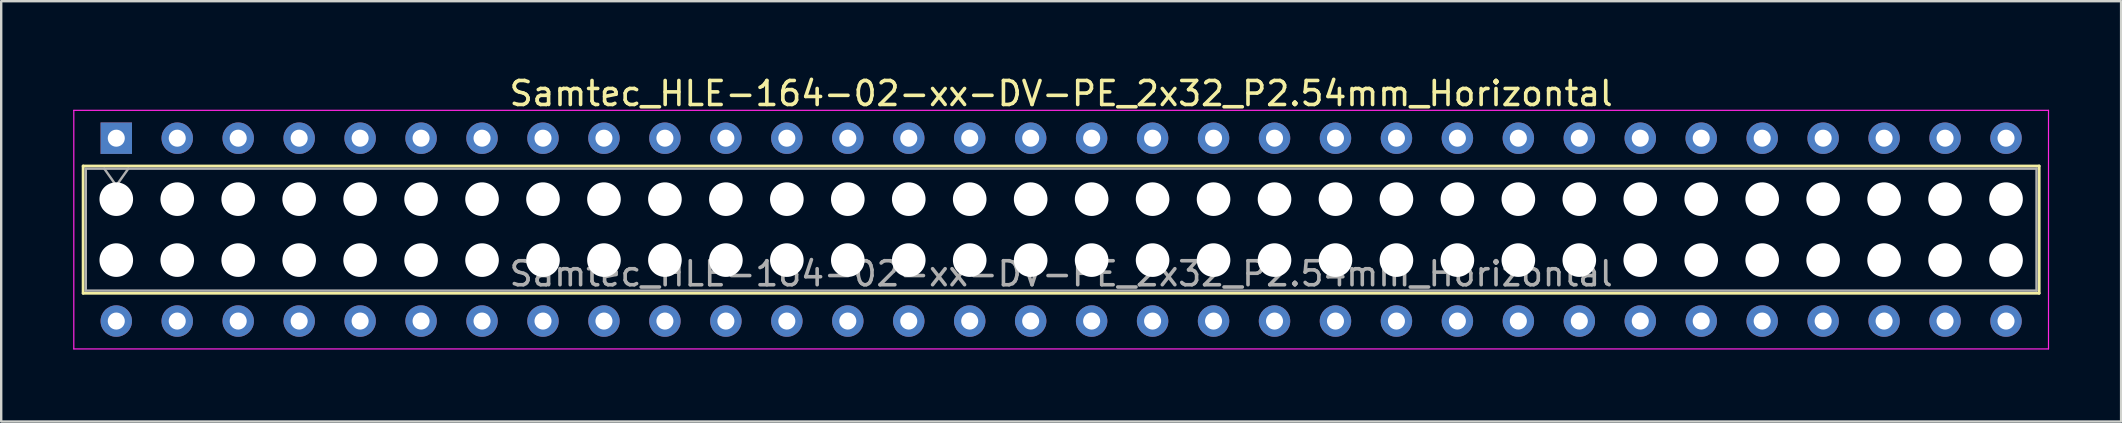
<source format=kicad_pcb>
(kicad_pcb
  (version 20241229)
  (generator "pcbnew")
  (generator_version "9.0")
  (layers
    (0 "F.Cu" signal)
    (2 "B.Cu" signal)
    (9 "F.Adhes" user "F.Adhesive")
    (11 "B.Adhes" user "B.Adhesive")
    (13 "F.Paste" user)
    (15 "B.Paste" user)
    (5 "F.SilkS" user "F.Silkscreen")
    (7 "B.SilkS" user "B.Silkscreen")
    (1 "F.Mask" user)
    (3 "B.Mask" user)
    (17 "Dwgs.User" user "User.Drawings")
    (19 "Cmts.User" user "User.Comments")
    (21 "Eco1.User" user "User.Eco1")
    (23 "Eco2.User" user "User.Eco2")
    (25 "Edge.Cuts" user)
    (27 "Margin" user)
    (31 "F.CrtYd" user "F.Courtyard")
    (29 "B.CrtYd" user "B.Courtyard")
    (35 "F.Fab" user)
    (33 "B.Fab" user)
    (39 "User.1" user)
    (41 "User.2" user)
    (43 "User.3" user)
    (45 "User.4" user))
  (footprint "Samtec_HLE-164-02-xx-DV-PE_2x32_P2.54mm_Horizontal"
    (layer "F.Cu")
    (at 1.795 2.708)
    (property "Reference" "Samtec_HLE-164-02-xx-DV-PE_2x32_P2.54mm_Horizontal" (at 39.37 -1.86 0) (layer "F.SilkS") (effects (font (size 1 1) (thickness 0.15))))
    (attr through_hole)
    (fp_line (start -1.38 1.16) (end 80.12 1.16) (stroke (width 0.12) (type solid)) (layer "F.SilkS"))
    (fp_line (start -1.38 6.46) (end -1.38 1.16) (stroke (width 0.12) (type solid)) (layer "F.SilkS"))
    (fp_line (start 80.12 1.16) (end 80.12 6.46) (stroke (width 0.12) (type solid)) (layer "F.SilkS"))
    (fp_line (start 80.12 6.46) (end -1.38 6.46) (stroke (width 0.12) (type solid)) (layer "F.SilkS"))
    (fp_line (start -1.77 -1.16) (end 80.51 -1.16) (stroke (width 0.05) (type solid)) (layer "F.CrtYd"))
    (fp_line (start -1.77 8.78) (end -1.77 -1.16) (stroke (width 0.05) (type solid)) (layer "F.CrtYd"))
    (fp_line (start 80.51 -1.16) (end 80.51 8.78) (stroke (width 0.05) (type solid)) (layer "F.CrtYd"))
    (fp_line (start 80.51 8.78) (end -1.77 8.78) (stroke (width 0.05) (type solid)) (layer "F.CrtYd"))
    (fp_line (start -1.27 1.27) (end 80.01 1.27) (stroke (width 0.1) (type solid)) (layer "F.Fab"))
    (fp_line (start -1.27 6.35) (end -1.27 1.27) (stroke (width 0.1) (type solid)) (layer "F.Fab"))
    (fp_line (start -0.5 1.27) (end 0 1.977) (stroke (width 0.1) (type solid)) (layer "F.Fab"))
    (fp_line (start 0 1.977) (end 0.5 1.27) (stroke (width 0.1) (type solid)) (layer "F.Fab"))
    (fp_line (start 80.01 1.27) (end 80.01 6.35) (stroke (width 0.1) (type solid)) (layer "F.Fab"))
    (fp_line (start 80.01 6.35) (end -1.27 6.35) (stroke (width 0.1) (type solid)) (layer "F.Fab"))
    (fp_text user "${REFERENCE}" (at 39.37 5.65 0) (layer "F.Fab") (effects (font (size 1 1) (thickness 0.15))))
    (pad "" np_thru_hole circle (at 0 2.54) (size 1.4 1.4) (drill 1.4) (layers "*.Cu" "*.Mask"))
    (pad "" np_thru_hole circle (at 0 5.08) (size 1.4 1.4) (drill 1.4) (layers "*.Cu" "*.Mask"))
    (pad "" np_thru_hole circle (at 2.54 2.54) (size 1.4 1.4) (drill 1.4) (layers "*.Cu" "*.Mask"))
    (pad "" np_thru_hole circle (at 2.54 5.08) (size 1.4 1.4) (drill 1.4) (layers "*.Cu" "*.Mask"))
    (pad "" np_thru_hole circle (at 5.08 2.54) (size 1.4 1.4) (drill 1.4) (layers "*.Cu" "*.Mask"))
    (pad "" np_thru_hole circle (at 5.08 5.08) (size 1.4 1.4) (drill 1.4) (layers "*.Cu" "*.Mask"))
    (pad "" np_thru_hole circle (at 7.62 2.54) (size 1.4 1.4) (drill 1.4) (layers "*.Cu" "*.Mask"))
    (pad "" np_thru_hole circle (at 7.62 5.08) (size 1.4 1.4) (drill 1.4) (layers "*.Cu" "*.Mask"))
    (pad "" np_thru_hole circle (at 10.16 2.54) (size 1.4 1.4) (drill 1.4) (layers "*.Cu" "*.Mask"))
    (pad "" np_thru_hole circle (at 10.16 5.08) (size 1.4 1.4) (drill 1.4) (layers "*.Cu" "*.Mask"))
    (pad "" np_thru_hole circle (at 12.7 2.54) (size 1.4 1.4) (drill 1.4) (layers "*.Cu" "*.Mask"))
    (pad "" np_thru_hole circle (at 12.7 5.08) (size 1.4 1.4) (drill 1.4) (layers "*.Cu" "*.Mask"))
    (pad "" np_thru_hole circle (at 15.24 2.54) (size 1.4 1.4) (drill 1.4) (layers "*.Cu" "*.Mask"))
    (pad "" np_thru_hole circle (at 15.24 5.08) (size 1.4 1.4) (drill 1.4) (layers "*.Cu" "*.Mask"))
    (pad "" np_thru_hole circle (at 17.78 2.54) (size 1.4 1.4) (drill 1.4) (layers "*.Cu" "*.Mask"))
    (pad "" np_thru_hole circle (at 17.78 5.08) (size 1.4 1.4) (drill 1.4) (layers "*.Cu" "*.Mask"))
    (pad "" np_thru_hole circle (at 20.32 2.54) (size 1.4 1.4) (drill 1.4) (layers "*.Cu" "*.Mask"))
    (pad "" np_thru_hole circle (at 20.32 5.08) (size 1.4 1.4) (drill 1.4) (layers "*.Cu" "*.Mask"))
    (pad "" np_thru_hole circle (at 22.86 2.54) (size 1.4 1.4) (drill 1.4) (layers "*.Cu" "*.Mask"))
    (pad "" np_thru_hole circle (at 22.86 5.08) (size 1.4 1.4) (drill 1.4) (layers "*.Cu" "*.Mask"))
    (pad "" np_thru_hole circle (at 25.4 2.54) (size 1.4 1.4) (drill 1.4) (layers "*.Cu" "*.Mask"))
    (pad "" np_thru_hole circle (at 25.4 5.08) (size 1.4 1.4) (drill 1.4) (layers "*.Cu" "*.Mask"))
    (pad "" np_thru_hole circle (at 27.94 2.54) (size 1.4 1.4) (drill 1.4) (layers "*.Cu" "*.Mask"))
    (pad "" np_thru_hole circle (at 27.94 5.08) (size 1.4 1.4) (drill 1.4) (layers "*.Cu" "*.Mask"))
    (pad "" np_thru_hole circle (at 30.48 2.54) (size 1.4 1.4) (drill 1.4) (layers "*.Cu" "*.Mask"))
    (pad "" np_thru_hole circle (at 30.48 5.08) (size 1.4 1.4) (drill 1.4) (layers "*.Cu" "*.Mask"))
    (pad "" np_thru_hole circle (at 33.02 2.54) (size 1.4 1.4) (drill 1.4) (layers "*.Cu" "*.Mask"))
    (pad "" np_thru_hole circle (at 33.02 5.08) (size 1.4 1.4) (drill 1.4) (layers "*.Cu" "*.Mask"))
    (pad "" np_thru_hole circle (at 35.56 2.54) (size 1.4 1.4) (drill 1.4) (layers "*.Cu" "*.Mask"))
    (pad "" np_thru_hole circle (at 35.56 5.08) (size 1.4 1.4) (drill 1.4) (layers "*.Cu" "*.Mask"))
    (pad "" np_thru_hole circle (at 38.1 2.54) (size 1.4 1.4) (drill 1.4) (layers "*.Cu" "*.Mask"))
    (pad "" np_thru_hole circle (at 38.1 5.08) (size 1.4 1.4) (drill 1.4) (layers "*.Cu" "*.Mask"))
    (pad "" np_thru_hole circle (at 40.64 2.54) (size 1.4 1.4) (drill 1.4) (layers "*.Cu" "*.Mask"))
    (pad "" np_thru_hole circle (at 40.64 5.08) (size 1.4 1.4) (drill 1.4) (layers "*.Cu" "*.Mask"))
    (pad "" np_thru_hole circle (at 43.18 2.54) (size 1.4 1.4) (drill 1.4) (layers "*.Cu" "*.Mask"))
    (pad "" np_thru_hole circle (at 43.18 5.08) (size 1.4 1.4) (drill 1.4) (layers "*.Cu" "*.Mask"))
    (pad "" np_thru_hole circle (at 45.72 2.54) (size 1.4 1.4) (drill 1.4) (layers "*.Cu" "*.Mask"))
    (pad "" np_thru_hole circle (at 45.72 5.08) (size 1.4 1.4) (drill 1.4) (layers "*.Cu" "*.Mask"))
    (pad "" np_thru_hole circle (at 48.26 2.54) (size 1.4 1.4) (drill 1.4) (layers "*.Cu" "*.Mask"))
    (pad "" np_thru_hole circle (at 48.26 5.08) (size 1.4 1.4) (drill 1.4) (layers "*.Cu" "*.Mask"))
    (pad "" np_thru_hole circle (at 50.8 2.54) (size 1.4 1.4) (drill 1.4) (layers "*.Cu" "*.Mask"))
    (pad "" np_thru_hole circle (at 50.8 5.08) (size 1.4 1.4) (drill 1.4) (layers "*.Cu" "*.Mask"))
    (pad "" np_thru_hole circle (at 53.34 2.54) (size 1.4 1.4) (drill 1.4) (layers "*.Cu" "*.Mask"))
    (pad "" np_thru_hole circle (at 53.34 5.08) (size 1.4 1.4) (drill 1.4) (layers "*.Cu" "*.Mask"))
    (pad "" np_thru_hole circle (at 55.88 2.54) (size 1.4 1.4) (drill 1.4) (layers "*.Cu" "*.Mask"))
    (pad "" np_thru_hole circle (at 55.88 5.08) (size 1.4 1.4) (drill 1.4) (layers "*.Cu" "*.Mask"))
    (pad "" np_thru_hole circle (at 58.42 2.54) (size 1.4 1.4) (drill 1.4) (layers "*.Cu" "*.Mask"))
    (pad "" np_thru_hole circle (at 58.42 5.08) (size 1.4 1.4) (drill 1.4) (layers "*.Cu" "*.Mask"))
    (pad "" np_thru_hole circle (at 60.96 2.54) (size 1.4 1.4) (drill 1.4) (layers "*.Cu" "*.Mask"))
    (pad "" np_thru_hole circle (at 60.96 5.08) (size 1.4 1.4) (drill 1.4) (layers "*.Cu" "*.Mask"))
    (pad "" np_thru_hole circle (at 63.5 2.54) (size 1.4 1.4) (drill 1.4) (layers "*.Cu" "*.Mask"))
    (pad "" np_thru_hole circle (at 63.5 5.08) (size 1.4 1.4) (drill 1.4) (layers "*.Cu" "*.Mask"))
    (pad "" np_thru_hole circle (at 66.04 2.54) (size 1.4 1.4) (drill 1.4) (layers "*.Cu" "*.Mask"))
    (pad "" np_thru_hole circle (at 66.04 5.08) (size 1.4 1.4) (drill 1.4) (layers "*.Cu" "*.Mask"))
    (pad "" np_thru_hole circle (at 68.58 2.54) (size 1.4 1.4) (drill 1.4) (layers "*.Cu" "*.Mask"))
    (pad "" np_thru_hole circle (at 68.58 5.08) (size 1.4 1.4) (drill 1.4) (layers "*.Cu" "*.Mask"))
    (pad "" np_thru_hole circle (at 71.12 2.54) (size 1.4 1.4) (drill 1.4) (layers "*.Cu" "*.Mask"))
    (pad "" np_thru_hole circle (at 71.12 5.08) (size 1.4 1.4) (drill 1.4) (layers "*.Cu" "*.Mask"))
    (pad "" np_thru_hole circle (at 73.66 2.54) (size 1.4 1.4) (drill 1.4) (layers "*.Cu" "*.Mask"))
    (pad "" np_thru_hole circle (at 73.66 5.08) (size 1.4 1.4) (drill 1.4) (layers "*.Cu" "*.Mask"))
    (pad "" np_thru_hole circle (at 76.2 2.54) (size 1.4 1.4) (drill 1.4) (layers "*.Cu" "*.Mask"))
    (pad "" np_thru_hole circle (at 76.2 5.08) (size 1.4 1.4) (drill 1.4) (layers "*.Cu" "*.Mask"))
    (pad "" np_thru_hole circle (at 78.74 2.54) (size 1.4 1.4) (drill 1.4) (layers "*.Cu" "*.Mask"))
    (pad "" np_thru_hole circle (at 78.74 5.08) (size 1.4 1.4) (drill 1.4) (layers "*.Cu" "*.Mask"))
    (pad "1" thru_hole rect (at 0 0) (size 1.31 1.31) (drill 0.71) (layers "*.Cu" "*.Mask"))
    (pad "2" thru_hole circle (at 0 7.62) (size 1.31 1.31) (drill 0.71) (layers "*.Cu" "*.Mask"))
    (pad "3" thru_hole circle (at 2.54 0) (size 1.31 1.31) (drill 0.71) (layers "*.Cu" "*.Mask"))
    (pad "4" thru_hole circle (at 2.54 7.62) (size 1.31 1.31) (drill 0.71) (layers "*.Cu" "*.Mask"))
    (pad "5" thru_hole circle (at 5.08 0) (size 1.31 1.31) (drill 0.71) (layers "*.Cu" "*.Mask"))
    (pad "6" thru_hole circle (at 5.08 7.62) (size 1.31 1.31) (drill 0.71) (layers "*.Cu" "*.Mask"))
    (pad "7" thru_hole circle (at 7.62 0) (size 1.31 1.31) (drill 0.71) (layers "*.Cu" "*.Mask"))
    (pad "8" thru_hole circle (at 7.62 7.62) (size 1.31 1.31) (drill 0.71) (layers "*.Cu" "*.Mask"))
    (pad "9" thru_hole circle (at 10.16 0) (size 1.31 1.31) (drill 0.71) (layers "*.Cu" "*.Mask"))
    (pad "10" thru_hole circle (at 10.16 7.62) (size 1.31 1.31) (drill 0.71) (layers "*.Cu" "*.Mask"))
    (pad "11" thru_hole circle (at 12.7 0) (size 1.31 1.31) (drill 0.71) (layers "*.Cu" "*.Mask"))
    (pad "12" thru_hole circle (at 12.7 7.62) (size 1.31 1.31) (drill 0.71) (layers "*.Cu" "*.Mask"))
    (pad "13" thru_hole circle (at 15.24 0) (size 1.31 1.31) (drill 0.71) (layers "*.Cu" "*.Mask"))
    (pad "14" thru_hole circle (at 15.24 7.62) (size 1.31 1.31) (drill 0.71) (layers "*.Cu" "*.Mask"))
    (pad "15" thru_hole circle (at 17.78 0) (size 1.31 1.31) (drill 0.71) (layers "*.Cu" "*.Mask"))
    (pad "16" thru_hole circle (at 17.78 7.62) (size 1.31 1.31) (drill 0.71) (layers "*.Cu" "*.Mask"))
    (pad "17" thru_hole circle (at 20.32 0) (size 1.31 1.31) (drill 0.71) (layers "*.Cu" "*.Mask"))
    (pad "18" thru_hole circle (at 20.32 7.62) (size 1.31 1.31) (drill 0.71) (layers "*.Cu" "*.Mask"))
    (pad "19" thru_hole circle (at 22.86 0) (size 1.31 1.31) (drill 0.71) (layers "*.Cu" "*.Mask"))
    (pad "20" thru_hole circle (at 22.86 7.62) (size 1.31 1.31) (drill 0.71) (layers "*.Cu" "*.Mask"))
    (pad "21" thru_hole circle (at 25.4 0) (size 1.31 1.31) (drill 0.71) (layers "*.Cu" "*.Mask"))
    (pad "22" thru_hole circle (at 25.4 7.62) (size 1.31 1.31) (drill 0.71) (layers "*.Cu" "*.Mask"))
    (pad "23" thru_hole circle (at 27.94 0) (size 1.31 1.31) (drill 0.71) (layers "*.Cu" "*.Mask"))
    (pad "24" thru_hole circle (at 27.94 7.62) (size 1.31 1.31) (drill 0.71) (layers "*.Cu" "*.Mask"))
    (pad "25" thru_hole circle (at 30.48 0) (size 1.31 1.31) (drill 0.71) (layers "*.Cu" "*.Mask"))
    (pad "26" thru_hole circle (at 30.48 7.62) (size 1.31 1.31) (drill 0.71) (layers "*.Cu" "*.Mask"))
    (pad "27" thru_hole circle (at 33.02 0) (size 1.31 1.31) (drill 0.71) (layers "*.Cu" "*.Mask"))
    (pad "28" thru_hole circle (at 33.02 7.62) (size 1.31 1.31) (drill 0.71) (layers "*.Cu" "*.Mask"))
    (pad "29" thru_hole circle (at 35.56 0) (size 1.31 1.31) (drill 0.71) (layers "*.Cu" "*.Mask"))
    (pad "30" thru_hole circle (at 35.56 7.62) (size 1.31 1.31) (drill 0.71) (layers "*.Cu" "*.Mask"))
    (pad "31" thru_hole circle (at 38.1 0) (size 1.31 1.31) (drill 0.71) (layers "*.Cu" "*.Mask"))
    (pad "32" thru_hole circle (at 38.1 7.62) (size 1.31 1.31) (drill 0.71) (layers "*.Cu" "*.Mask"))
    (pad "33" thru_hole circle (at 40.64 0) (size 1.31 1.31) (drill 0.71) (layers "*.Cu" "*.Mask"))
    (pad "34" thru_hole circle (at 40.64 7.62) (size 1.31 1.31) (drill 0.71) (layers "*.Cu" "*.Mask"))
    (pad "35" thru_hole circle (at 43.18 0) (size 1.31 1.31) (drill 0.71) (layers "*.Cu" "*.Mask"))
    (pad "36" thru_hole circle (at 43.18 7.62) (size 1.31 1.31) (drill 0.71) (layers "*.Cu" "*.Mask"))
    (pad "37" thru_hole circle (at 45.72 0) (size 1.31 1.31) (drill 0.71) (layers "*.Cu" "*.Mask"))
    (pad "38" thru_hole circle (at 45.72 7.62) (size 1.31 1.31) (drill 0.71) (layers "*.Cu" "*.Mask"))
    (pad "39" thru_hole circle (at 48.26 0) (size 1.31 1.31) (drill 0.71) (layers "*.Cu" "*.Mask"))
    (pad "40" thru_hole circle (at 48.26 7.62) (size 1.31 1.31) (drill 0.71) (layers "*.Cu" "*.Mask"))
    (pad "41" thru_hole circle (at 50.8 0) (size 1.31 1.31) (drill 0.71) (layers "*.Cu" "*.Mask"))
    (pad "42" thru_hole circle (at 50.8 7.62) (size 1.31 1.31) (drill 0.71) (layers "*.Cu" "*.Mask"))
    (pad "43" thru_hole circle (at 53.34 0) (size 1.31 1.31) (drill 0.71) (layers "*.Cu" "*.Mask"))
    (pad "44" thru_hole circle (at 53.34 7.62) (size 1.31 1.31) (drill 0.71) (layers "*.Cu" "*.Mask"))
    (pad "45" thru_hole circle (at 55.88 0) (size 1.31 1.31) (drill 0.71) (layers "*.Cu" "*.Mask"))
    (pad "46" thru_hole circle (at 55.88 7.62) (size 1.31 1.31) (drill 0.71) (layers "*.Cu" "*.Mask"))
    (pad "47" thru_hole circle (at 58.42 0) (size 1.31 1.31) (drill 0.71) (layers "*.Cu" "*.Mask"))
    (pad "48" thru_hole circle (at 58.42 7.62) (size 1.31 1.31) (drill 0.71) (layers "*.Cu" "*.Mask"))
    (pad "49" thru_hole circle (at 60.96 0) (size 1.31 1.31) (drill 0.71) (layers "*.Cu" "*.Mask"))
    (pad "50" thru_hole circle (at 60.96 7.62) (size 1.31 1.31) (drill 0.71) (layers "*.Cu" "*.Mask"))
    (pad "51" thru_hole circle (at 63.5 0) (size 1.31 1.31) (drill 0.71) (layers "*.Cu" "*.Mask"))
    (pad "52" thru_hole circle (at 63.5 7.62) (size 1.31 1.31) (drill 0.71) (layers "*.Cu" "*.Mask"))
    (pad "53" thru_hole circle (at 66.04 0) (size 1.31 1.31) (drill 0.71) (layers "*.Cu" "*.Mask"))
    (pad "54" thru_hole circle (at 66.04 7.62) (size 1.31 1.31) (drill 0.71) (layers "*.Cu" "*.Mask"))
    (pad "55" thru_hole circle (at 68.58 0) (size 1.31 1.31) (drill 0.71) (layers "*.Cu" "*.Mask"))
    (pad "56" thru_hole circle (at 68.58 7.62) (size 1.31 1.31) (drill 0.71) (layers "*.Cu" "*.Mask"))
    (pad "57" thru_hole circle (at 71.12 0) (size 1.31 1.31) (drill 0.71) (layers "*.Cu" "*.Mask"))
    (pad "58" thru_hole circle (at 71.12 7.62) (size 1.31 1.31) (drill 0.71) (layers "*.Cu" "*.Mask"))
    (pad "59" thru_hole circle (at 73.66 0) (size 1.31 1.31) (drill 0.71) (layers "*.Cu" "*.Mask"))
    (pad "60" thru_hole circle (at 73.66 7.62) (size 1.31 1.31) (drill 0.71) (layers "*.Cu" "*.Mask"))
    (pad "61" thru_hole circle (at 76.2 0) (size 1.31 1.31) (drill 0.71) (layers "*.Cu" "*.Mask"))
    (pad "62" thru_hole circle (at 76.2 7.62) (size 1.31 1.31) (drill 0.71) (layers "*.Cu" "*.Mask"))
    (pad "63" thru_hole circle (at 78.74 0) (size 1.31 1.31) (drill 0.71) (layers "*.Cu" "*.Mask"))
    (pad "64" thru_hole circle (at 78.74 7.62) (size 1.31 1.31) (drill 0.71) (layers "*.Cu" "*.Mask")))
  (gr_rect
    (start -3 -3)
    (end 85.33 14.513)
    (stroke (width 0.1) (type default))
    (fill no)
    (layer "Edge.Cuts")))
</source>
